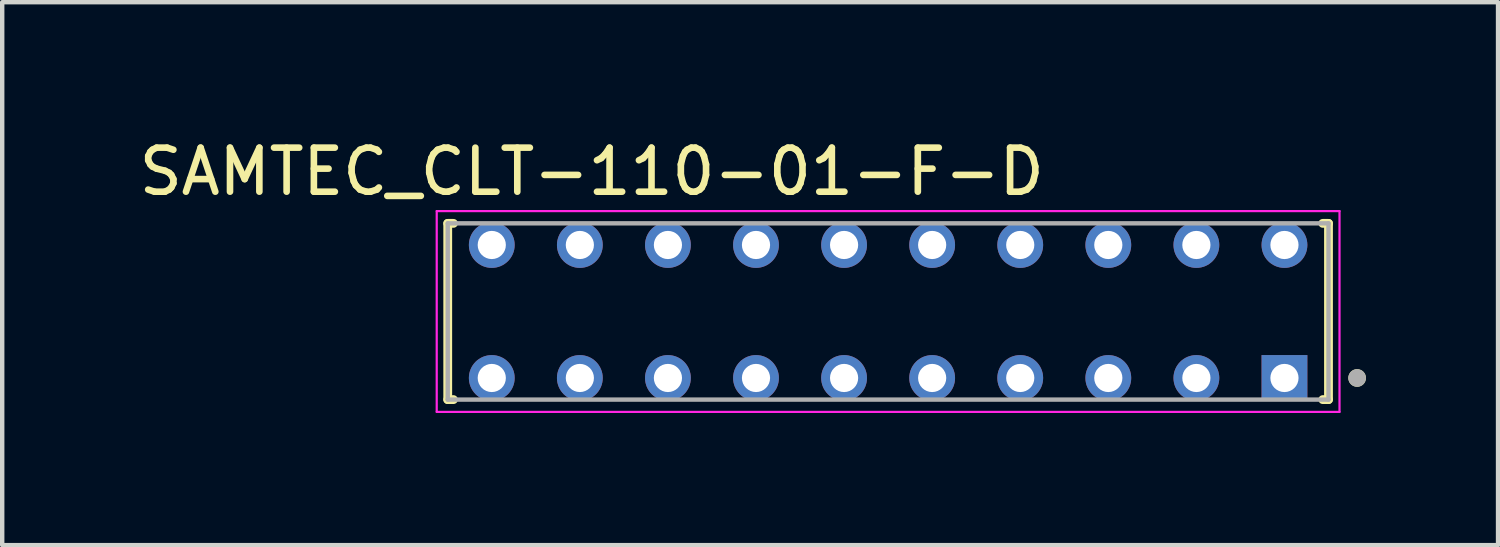
<source format=kicad_pcb>
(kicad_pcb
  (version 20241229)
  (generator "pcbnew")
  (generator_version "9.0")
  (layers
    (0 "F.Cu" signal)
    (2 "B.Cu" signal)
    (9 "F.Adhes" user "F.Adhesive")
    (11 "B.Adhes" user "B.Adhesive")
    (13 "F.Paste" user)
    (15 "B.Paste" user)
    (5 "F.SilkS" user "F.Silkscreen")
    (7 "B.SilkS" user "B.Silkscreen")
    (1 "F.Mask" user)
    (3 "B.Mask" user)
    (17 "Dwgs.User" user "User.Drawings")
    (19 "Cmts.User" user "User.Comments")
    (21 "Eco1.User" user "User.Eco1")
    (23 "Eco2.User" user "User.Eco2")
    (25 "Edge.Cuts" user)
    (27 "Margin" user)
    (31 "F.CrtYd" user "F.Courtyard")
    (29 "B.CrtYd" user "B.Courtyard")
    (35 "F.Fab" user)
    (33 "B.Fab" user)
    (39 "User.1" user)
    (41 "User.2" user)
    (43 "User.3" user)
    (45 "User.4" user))
  (footprint "SAMTEC_CLT-110-01-F-D"
    (layer "F.Cu")
    (at 17.117 4.023)
    (property "Reference" "SAMTEC_CLT-110-01-F-D" (at -6.73 -3.175 0) (layer "F.SilkS") (effects (font (size 1 1) (thickness 0.15))))
    (attr through_hole)
    (fp_line (start -10 -2.001) (end -10 2.001) (stroke (width 0.2) (type solid)) (layer "F.SilkS"))
    (fp_line (start -10 2.001) (end -9.87 2.001) (stroke (width 0.2) (type solid)) (layer "F.SilkS"))
    (fp_line (start -9.87 -2.001) (end -10 -2.001) (stroke (width 0.2) (type solid)) (layer "F.SilkS"))
    (fp_line (start 9.87 2.001) (end 10 2.001) (stroke (width 0.2) (type solid)) (layer "F.SilkS"))
    (fp_line (start 10 -2.001) (end 9.87 -2.001) (stroke (width 0.2) (type solid)) (layer "F.SilkS"))
    (fp_line (start 10 2.001) (end 10 -2.001) (stroke (width 0.2) (type solid)) (layer "F.SilkS"))
    (fp_circle (center 10.65 1.51) (end 10.75 1.51) (stroke (width 0.2) (type solid)) (fill no) (layer "F.SilkS"))
    (fp_line (start -10.25 -2.28) (end -10.25 2.28) (stroke (width 0.05) (type solid)) (layer "F.CrtYd"))
    (fp_line (start -10.25 2.28) (end 10.25 2.28) (stroke (width 0.05) (type solid)) (layer "F.CrtYd"))
    (fp_line (start 10.25 -2.28) (end -10.25 -2.28) (stroke (width 0.05) (type solid)) (layer "F.CrtYd"))
    (fp_line (start 10.25 2.28) (end 10.25 -2.28) (stroke (width 0.05) (type solid)) (layer "F.CrtYd"))
    (fp_line (start -10 -2.001) (end -10 2.001) (stroke (width 0.1) (type solid)) (layer "F.Fab"))
    (fp_line (start -10 2.001) (end 10 2.001) (stroke (width 0.1) (type solid)) (layer "F.Fab"))
    (fp_line (start 10 -2.001) (end -10 -2.001) (stroke (width 0.1) (type solid)) (layer "F.Fab"))
    (fp_line (start 10 2.001) (end 10 -2.001) (stroke (width 0.1) (type solid)) (layer "F.Fab"))
    (fp_circle (center 10.65 1.51) (end 10.75 1.51) (stroke (width 0.2) (type solid)) (fill no) (layer "F.Fab"))
    (pad "01" thru_hole rect (at 9 1.51) (size 1.04 1.04) (drill 0.64) (layers "*.Cu" "*.Mask"))
    (pad "02" thru_hole circle (at 9 -1.51) (size 1.04 1.04) (drill 0.64) (layers "*.Cu" "*.Mask"))
    (pad "03" thru_hole circle (at 7 1.51) (size 1.04 1.04) (drill 0.64) (layers "*.Cu" "*.Mask"))
    (pad "04" thru_hole circle (at 7 -1.51) (size 1.04 1.04) (drill 0.64) (layers "*.Cu" "*.Mask"))
    (pad "05" thru_hole circle (at 5 1.51) (size 1.04 1.04) (drill 0.64) (layers "*.Cu" "*.Mask"))
    (pad "06" thru_hole circle (at 5 -1.51) (size 1.04 1.04) (drill 0.64) (layers "*.Cu" "*.Mask"))
    (pad "07" thru_hole circle (at 3 1.51) (size 1.04 1.04) (drill 0.64) (layers "*.Cu" "*.Mask"))
    (pad "08" thru_hole circle (at 3 -1.51) (size 1.04 1.04) (drill 0.64) (layers "*.Cu" "*.Mask"))
    (pad "09" thru_hole circle (at 1 1.51) (size 1.04 1.04) (drill 0.64) (layers "*.Cu" "*.Mask"))
    (pad "10" thru_hole circle (at 1 -1.51) (size 1.04 1.04) (drill 0.64) (layers "*.Cu" "*.Mask"))
    (pad "11" thru_hole circle (at -1 1.51) (size 1.04 1.04) (drill 0.64) (layers "*.Cu" "*.Mask"))
    (pad "12" thru_hole circle (at -1 -1.51) (size 1.04 1.04) (drill 0.64) (layers "*.Cu" "*.Mask"))
    (pad "13" thru_hole circle (at -3 1.51) (size 1.04 1.04) (drill 0.64) (layers "*.Cu" "*.Mask"))
    (pad "14" thru_hole circle (at -3 -1.51) (size 1.04 1.04) (drill 0.64) (layers "*.Cu" "*.Mask"))
    (pad "15" thru_hole circle (at -5 1.51) (size 1.04 1.04) (drill 0.64) (layers "*.Cu" "*.Mask"))
    (pad "16" thru_hole circle (at -5 -1.51) (size 1.04 1.04) (drill 0.64) (layers "*.Cu" "*.Mask"))
    (pad "17" thru_hole circle (at -7 1.51) (size 1.04 1.04) (drill 0.64) (layers "*.Cu" "*.Mask"))
    (pad "18" thru_hole circle (at -7 -1.51) (size 1.04 1.04) (drill 0.64) (layers "*.Cu" "*.Mask"))
    (pad "19" thru_hole circle (at -9 1.51) (size 1.04 1.04) (drill 0.64) (layers "*.Cu" "*.Mask"))
    (pad "20" thru_hole circle (at -9 -1.51) (size 1.04 1.04) (drill 0.64) (layers "*.Cu" "*.Mask")))
  (gr_rect
    (start -3 -3)
    (end 30.967 9.328)
    (stroke (width 0.1) (type default))
    (fill no)
    (layer "Edge.Cuts")))
</source>
